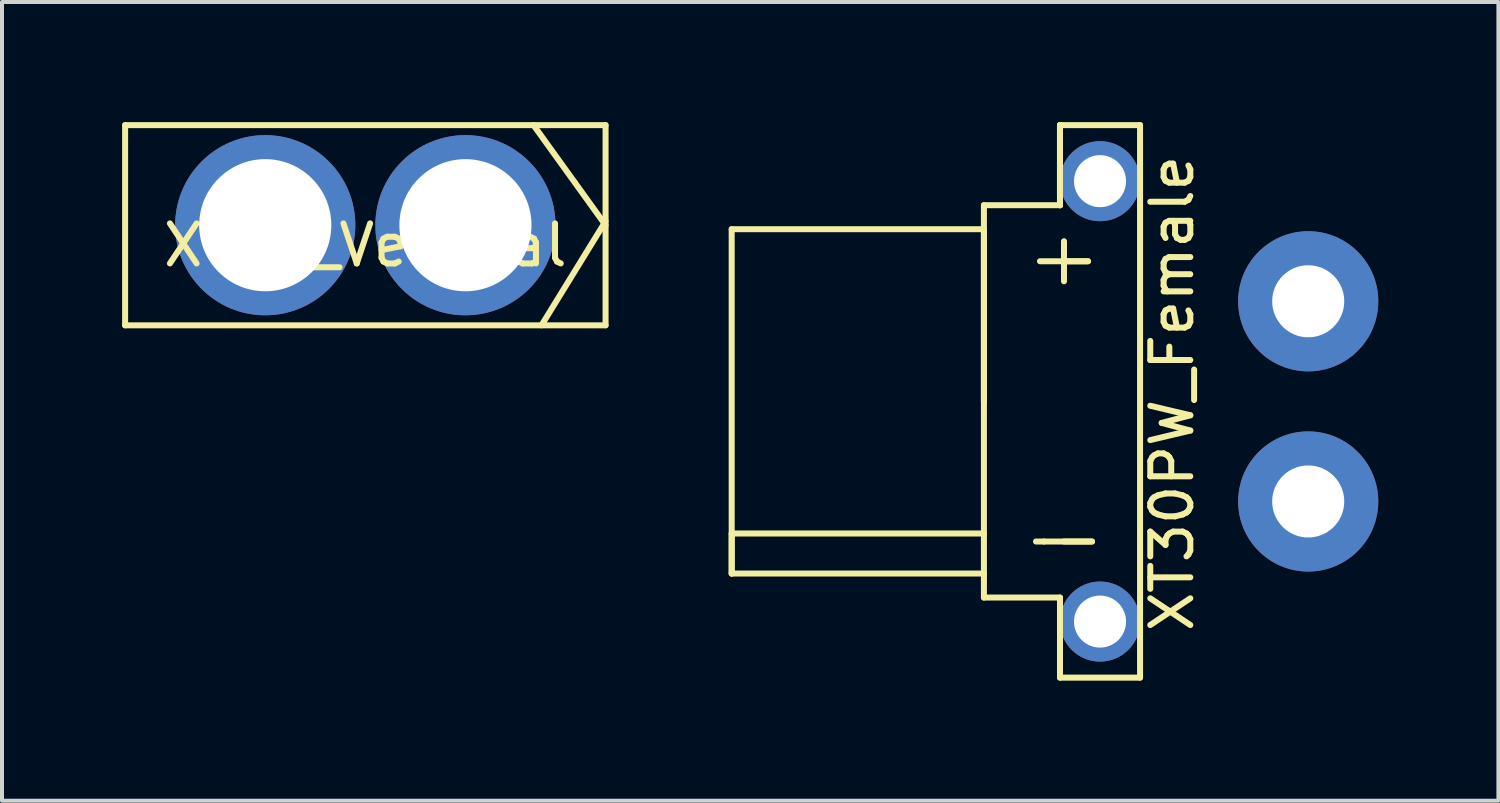
<source format=kicad_pcb>
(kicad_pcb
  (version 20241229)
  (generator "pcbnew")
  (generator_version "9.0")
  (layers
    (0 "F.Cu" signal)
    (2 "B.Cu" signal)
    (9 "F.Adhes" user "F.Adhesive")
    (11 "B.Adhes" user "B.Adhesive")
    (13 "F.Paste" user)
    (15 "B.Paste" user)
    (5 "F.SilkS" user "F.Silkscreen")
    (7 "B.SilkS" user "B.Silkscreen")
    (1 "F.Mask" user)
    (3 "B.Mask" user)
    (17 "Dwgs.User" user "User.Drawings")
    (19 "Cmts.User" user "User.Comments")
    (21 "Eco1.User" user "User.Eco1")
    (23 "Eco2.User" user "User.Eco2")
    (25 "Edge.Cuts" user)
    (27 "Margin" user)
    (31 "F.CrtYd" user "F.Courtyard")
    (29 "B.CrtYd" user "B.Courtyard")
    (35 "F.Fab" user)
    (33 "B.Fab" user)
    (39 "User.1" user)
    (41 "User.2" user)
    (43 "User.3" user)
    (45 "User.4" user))
  (footprint "XT30_Vertical"
    (layer "F.Cu")
    (at 6.075 2.575)
    (property "Reference" "XT30_Vertical" (at 0 0.5 0) (layer "F.SilkS") (effects (font (size 1 1) (thickness 0.15))))
    (attr through_hole)
    (fp_line (start -6 -2.5) (end -6 2.5) (stroke (width 0.15) (type solid)) (layer "F.SilkS"))
    (fp_line (start 6 -2.5) (end -6 -2.5) (stroke (width 0.15) (type solid)) (layer "F.SilkS"))
    (fp_line (start 6 -0.1) (end 4.4 2.5) (stroke (width 0.15) (type solid)) (layer "F.SilkS"))
    (fp_line (start 6 0) (end 4.2 -2.5) (stroke (width 0.15) (type solid)) (layer "F.SilkS"))
    (fp_line (start 6 2.5) (end -6 2.5) (stroke (width 0.15) (type solid)) (layer "F.SilkS"))
    (fp_line (start 6 2.5) (end 6 -2.5) (stroke (width 0.15) (type solid)) (layer "F.SilkS"))
    (pad "1" thru_hole circle (at -2.5 0) (size 4.5 4.5) (drill 3.3) (layers "*.Cu" "*.Mask"))
    (pad "2" thru_hole circle (at 2.5 0) (size 4.5 4.5) (drill 3.3) (layers "*.Cu" "*.Mask")))
  (footprint "XT30PW_Female"
    (layer "F.Cu")
    (at 23.525 6.975)
    (property "Reference" "XT30PW_Female" (at 2.7 -0.2 90) (layer "F.SilkS") (effects (font (size 1 1) (thickness 0.15))))
    (attr through_hole)
    (fp_line (start -8.3 -4.3) (end -8.3 4.3) (stroke (width 0.15) (type solid)) (layer "F.SilkS"))
    (fp_line (start -8.3 3.3) (end -2 3.3) (stroke (width 0.15) (type solid)) (layer "F.SilkS"))
    (fp_line (start -8.3 4.3) (end -8.3 3.3) (stroke (width 0.15) (type solid)) (layer "F.SilkS"))
    (fp_line (start -8.3 4.3) (end -2 4.3) (stroke (width 0.15) (type solid)) (layer "F.SilkS"))
    (fp_line (start -2 -4.3) (end -8.3 -4.3) (stroke (width 0.15) (type solid)) (layer "F.SilkS"))
    (fp_line (start -2 0) (end -2 -4.9) (stroke (width 0.15) (type solid)) (layer "F.SilkS"))
    (fp_line (start -2 0) (end -2 -4.3) (stroke (width 0.15) (type solid)) (layer "F.SilkS"))
    (fp_line (start -2 0) (end -2 4.9) (stroke (width 0.15) (type solid)) (layer "F.SilkS"))
    (fp_line (start -2 4.9) (end -0.1 4.9) (stroke (width 0.15) (type solid)) (layer "F.SilkS"))
    (fp_line (start -0.7 3.5) (end -0.5 3.5) (stroke (width 0.15) (type solid)) (layer "F.SilkS"))
    (fp_line (start -0.1 -6.9) (end -0.1 -4.9) (stroke (width 0.15) (type solid)) (layer "F.SilkS"))
    (fp_line (start -0.1 -4.9) (end -2 -4.9) (stroke (width 0.15) (type solid)) (layer "F.SilkS"))
    (fp_line (start -0.1 -4.9) (end -0.1 -6.9) (stroke (width 0.15) (type solid)) (layer "F.SilkS"))
    (fp_line (start -0.1 -4.9) (end -0.1 -6.9) (stroke (width 0.15) (type solid)) (layer "F.SilkS"))
    (fp_line (start -0.1 6.9) (end -0.1 4.9) (stroke (width 0.15) (type solid)) (layer "F.SilkS"))
    (fp_line (start 0 -4) (end 0 -3) (stroke (width 0.15) (type solid)) (layer "F.SilkS"))
    (fp_line (start 0 -3.5) (end 0.6 -3.5) (stroke (width 0.15) (type solid)) (layer "F.SilkS"))
    (fp_line (start 0 3.5) (end 0.7 3.5) (stroke (width 0.15) (type solid)) (layer "F.SilkS"))
    (fp_line (start 0.6 -3.5) (end -0.6 -3.5) (stroke (width 0.15) (type solid)) (layer "F.SilkS"))
    (fp_line (start 0.7 3.5) (end -0.5 3.5) (stroke (width 0.15) (type solid)) (layer "F.SilkS"))
    (fp_line (start 1.9 -6.9) (end -0.1 -6.9) (stroke (width 0.15) (type solid)) (layer "F.SilkS"))
    (fp_line (start 1.9 -4.9) (end 1.9 -6.9) (stroke (width 0.15) (type solid)) (layer "F.SilkS"))
    (fp_line (start 1.9 4.9) (end 1.9 -4.9) (stroke (width 0.15) (type solid)) (layer "F.SilkS"))
    (fp_line (start 1.9 4.9) (end 1.9 6.9) (stroke (width 0.15) (type solid)) (layer "F.SilkS"))
    (fp_line (start 1.9 6.9) (end -0.1 6.9) (stroke (width 0.15) (type solid)) (layer "F.SilkS"))
    (pad "1" thru_hole circle (at 6.1 -2.5) (size 3.5 3.5) (drill 1.8) (layers "*.Cu" "*.Mask"))
    (pad "2" thru_hole circle (at 6.1 2.5) (size 3.5 3.5) (drill 1.8) (layers "*.Cu" "*.Mask"))
    (pad "CASE" thru_hole circle (at 0.9 -5.5) (size 2 2) (drill 1.3) (layers "*.Cu" "*.Mask"))
    (pad "CASE" thru_hole circle (at 0.9 5.5) (size 2 2) (drill 1.3) (layers "*.Cu" "*.Mask")))
  (gr_rect
    (start -3 -3)
    (end 34.375 16.95)
    (stroke (width 0.1) (type default))
    (fill no)
    (layer "Edge.Cuts")))
</source>
